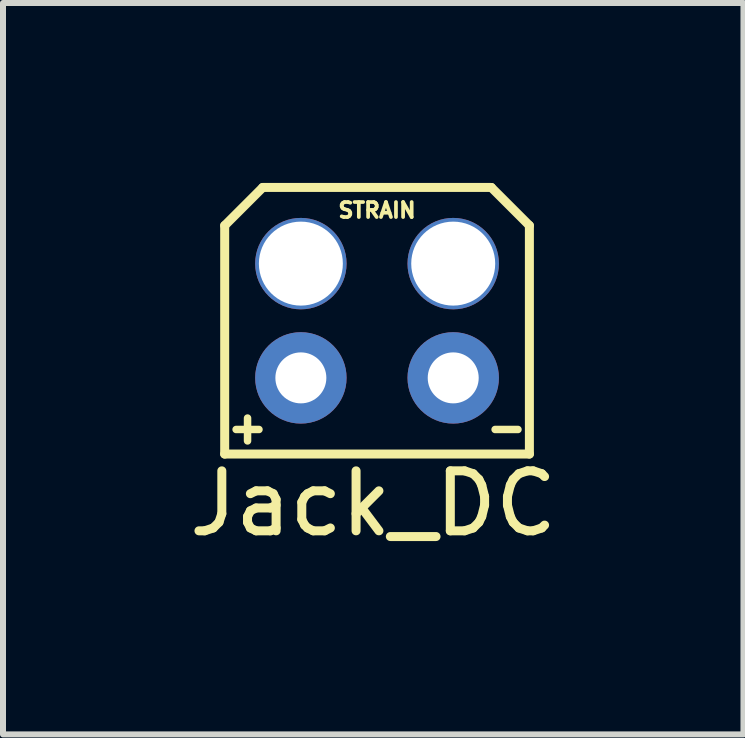
<source format=kicad_pcb>
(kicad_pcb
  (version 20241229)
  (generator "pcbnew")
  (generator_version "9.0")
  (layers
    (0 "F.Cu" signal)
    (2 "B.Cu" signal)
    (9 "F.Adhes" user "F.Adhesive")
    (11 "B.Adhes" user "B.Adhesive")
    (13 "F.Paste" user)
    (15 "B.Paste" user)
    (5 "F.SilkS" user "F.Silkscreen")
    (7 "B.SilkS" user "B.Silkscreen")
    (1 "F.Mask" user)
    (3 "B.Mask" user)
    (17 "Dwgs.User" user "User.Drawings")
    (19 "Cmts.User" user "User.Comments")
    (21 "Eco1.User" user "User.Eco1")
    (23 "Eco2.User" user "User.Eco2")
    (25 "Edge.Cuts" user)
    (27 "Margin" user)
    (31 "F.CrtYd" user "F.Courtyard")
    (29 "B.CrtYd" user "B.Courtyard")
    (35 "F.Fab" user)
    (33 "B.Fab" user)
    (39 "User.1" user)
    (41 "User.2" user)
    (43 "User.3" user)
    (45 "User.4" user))
  (footprint "Jack_DC"
    (layer "F.Cu")
    (at 3.236 3.25)
    (property "Reference" "Jack_DC" (at -0.064 2.095 0) (layer "F.SilkS") (effects (font (size 1 1) (thickness 0.15))))
    (attr through_hole)
    (fp_line (start -2.54 -2.54) (end -2.54 1.27) (stroke (width 0.15) (type solid)) (layer "F.SilkS"))
    (fp_line (start -2.54 1.27) (end 2.54 1.27) (stroke (width 0.15) (type solid)) (layer "F.SilkS"))
    (fp_line (start -1.905 -3.175) (end -2.54 -2.54) (stroke (width 0.15) (type solid)) (layer "F.SilkS"))
    (fp_line (start 1.905 -3.175) (end -1.905 -3.175) (stroke (width 0.15) (type solid)) (layer "F.SilkS"))
    (fp_line (start 2.54 -2.54) (end 1.905 -3.175) (stroke (width 0.15) (type solid)) (layer "F.SilkS"))
    (fp_line (start 2.54 1.27) (end 2.54 -2.54) (stroke (width 0.15) (type solid)) (layer "F.SilkS"))
    (fp_text user "STRAIN" (at 0 -2.794 0) (layer "F.SilkS") (effects (font (size 0.25 0.25) (thickness 0.062))))
    (fp_text user "-" (at 2.159 0.826 0) (layer "F.SilkS") (effects (font (size 0.5 0.5) (thickness 0.125))))
    (fp_text user "+" (at -2.159 0.826 0) (layer "F.SilkS") (effects (font (size 0.5 0.5) (thickness 0.125))))
    (pad "" thru_hole circle (at -1.27 -1.905) (size 1.524 1.524) (drill 1.4) (layers "*.Cu" "*.Mask"))
    (pad "" thru_hole circle (at 1.27 -1.905) (size 1.524 1.524) (drill 1.4) (layers "*.Cu" "*.Mask"))
    (pad "1" thru_hole circle (at -1.27 0) (size 1.524 1.524) (drill 0.85) (layers "*.Cu" "*.Mask"))
    (pad "2" thru_hole circle (at 1.27 0) (size 1.524 1.524) (drill 0.85) (layers "*.Cu" "*.Mask")))
  (gr_rect
    (start -3 -3)
    (end 9.345 9.194)
    (stroke (width 0.1) (type default))
    (fill no)
    (layer "Edge.Cuts")))
</source>
